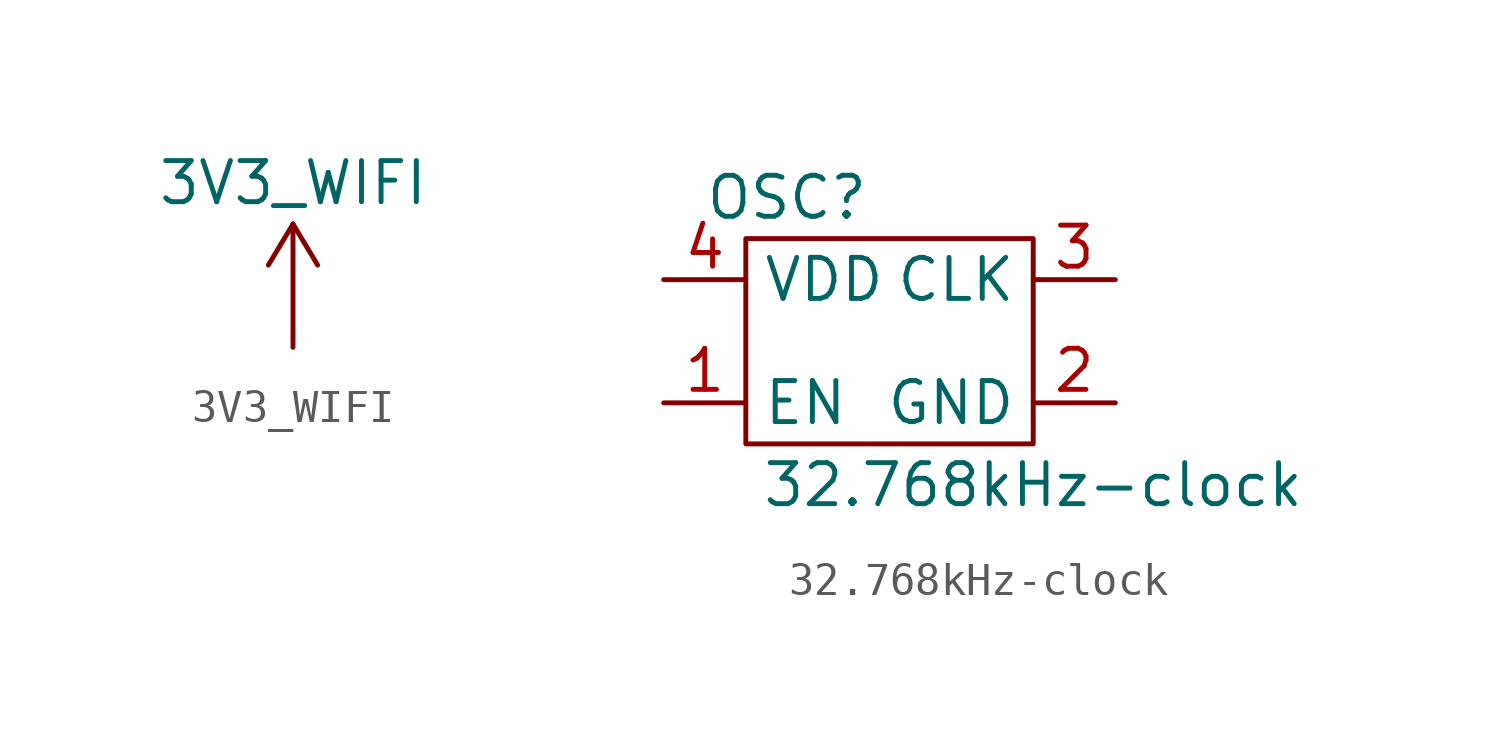
<source format=kicad_sym>
(kicad_symbol_lib
  (version 20201005)
  (generator kicad_symbol_editor)
  (symbol "BeagleV:3V3_WIFI"
    (property "Reference" "P"
      (at 0 0 0)
      (effects (font (size 1.27 1.27)) hide))
    (property "Value" "3V3_WIFI"
      (at 0 5.08 0)
      (effects (font (size 1.27 1.27))))
    (symbol "3V3_WIFI_0_1"
      (polyline (pts (xy 0 0) (xy 0 3.81)) (stroke (width 0)) (fill (type none)))
      (polyline (pts (xy 0 3.81) (xy -0.762 2.54)) (stroke (width 0)) (fill (type none)))
      (polyline (pts (xy 0 3.81) (xy 0.762 2.54)) (stroke (width 0)) (fill (type none))))
    (symbol "3V3_WIFI_1_1"
      (pin power_in line (at 0 0 90) (length 0) hide (name "LDO_3V3" (effects (font (size 1.27 1.27)))) (number "1" (effects (font (size 1.27 1.27)))))))
  (symbol "BeagleV:32.768kHz-clock"
    (property "Reference" "OSC"
      (at -2.54 5.08 0)
      (effects (font (size 1.27 1.27))))
    (property "Value" "32.768kHz-clock"
      (at 5.08 -3.81 0)
      (effects (font (size 1.27 1.27))))
    (symbol "32.768kHz-clock_0_1"
      (rectangle (start -3.81 3.81) (end 5.08 -2.54) (stroke (width 0.152)) (fill (type none))))
    (symbol "32.768kHz-clock_1_1"
      (pin input line (at -6.35 -1.27 0) (length 2.54) (name "EN" (effects (font (size 1.27 1.27)))) (number "1" (effects (font (size 1.27 1.27)))))
      (pin power_in line (at 7.62 -1.27 180) (length 2.54) (name "GND" (effects (font (size 1.27 1.27)))) (number "2" (effects (font (size 1.27 1.27)))))
      (pin output line (at 7.62 2.54 180) (length 2.54) (name "CLK" (effects (font (size 1.27 1.27)))) (number "3" (effects (font (size 1.27 1.27)))))
      (pin power_in line (at -6.35 2.54 0) (length 2.54) (name "VDD" (effects (font (size 1.27 1.27)))) (number "4" (effects (font (size 1.27 1.27))))))))
</source>
